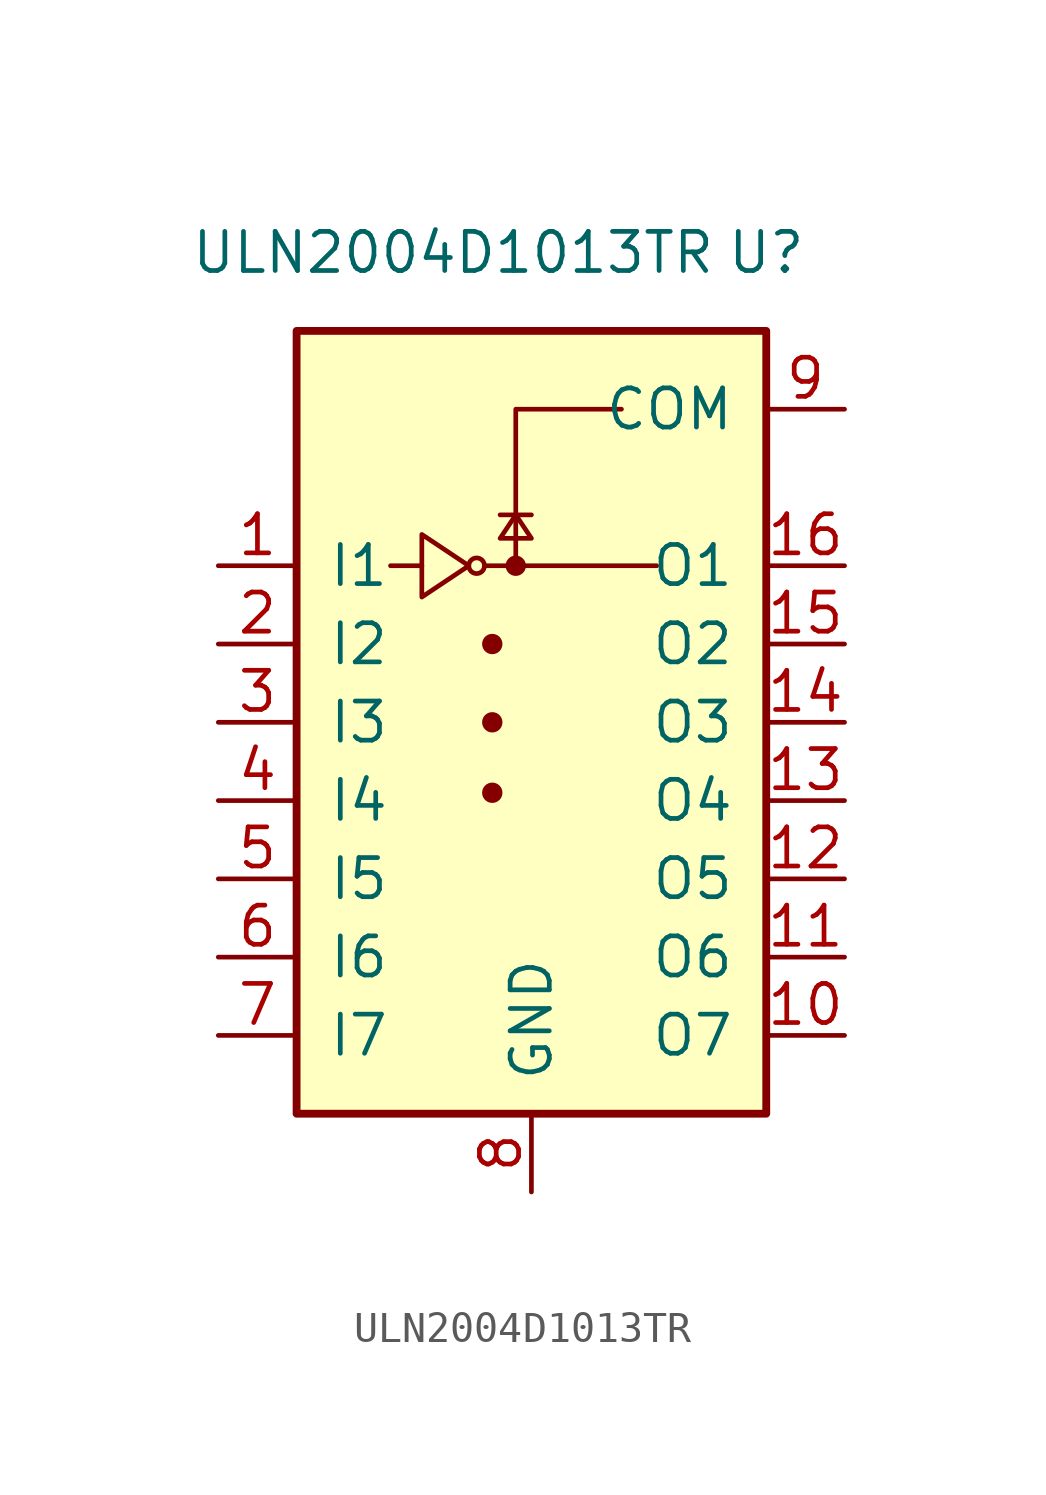
<source format=kicad_sym>
(kicad_symbol_lib
  (version 20220914)
  (generator kicad_symbol_editor)
  (symbol "ULN2004D1013TR"
    (pin_names
      (offset 1.016))
    (property "Reference" "U"
      (at 7.62 22.86 0)
      (effects (font (size 1.27 1.27))))
    (property "Value" "ULN2004D1013TR"
      (at -2.54 22.86 0)
      (effects (font (size 1.27 1.27))))
    (symbol "ULN2004D1013TR_1_1"
      (rectangle (start -7.62 -5.08) (end 7.62 20.32) (stroke (width 0.254) (type solid)) (fill (type background)))
      (circle (center -1.778 12.7) (radius 0.254) (stroke (width 0) (type solid)) (fill (type none)))
      (circle (center -1.27 5.334) (radius 0.254) (stroke (width 0) (type solid)) (fill (type outline)))
      (circle (center -1.27 7.62) (radius 0.254) (stroke (width 0) (type solid)) (fill (type outline)))
      (circle (center -1.27 10.16) (radius 0.254) (stroke (width 0) (type solid)) (fill (type outline)))
      (circle (center -0.508 12.7) (radius 0.254) (stroke (width 0) (type solid)) (fill (type outline)))
      (polyline (pts (xy -4.572 12.7) (xy -3.556 12.7)) (stroke (width 0) (type solid)) (fill (type none)))
      (polyline (pts (xy -1.524 12.7) (xy 4.064 12.7)) (stroke (width 0) (type solid)) (fill (type none)))
      (polyline (pts (xy 0 14.351) (xy -1.016 14.351)) (stroke (width 0) (type solid)) (fill (type none)))
      (polyline (pts (xy -0.508 12.7) (xy -0.508 17.78) (xy 2.921 17.78)) (stroke (width 0) (type solid)) (fill (type none)))
      (polyline (pts (xy -3.556 13.716) (xy -3.556 11.684) (xy -2.032 12.7) (xy -3.556 13.716)) (stroke (width 0) (type solid)) (fill (type none)))
      (polyline (pts (xy 0 13.589) (xy -1.016 13.589) (xy -0.508 14.351) (xy 0 13.589)) (stroke (width 0) (type solid)) (fill (type none)))
      (pin input line (at -10.16 12.7 0) (length 2.54) (name "I1" (effects (font (size 1.27 1.27)))) (number "1" (effects (font (size 1.27 1.27)))))
      (pin open_collector line (at 10.16 -2.54 180) (length 2.54) (name "O7" (effects (font (size 1.27 1.27)))) (number "10" (effects (font (size 1.27 1.27)))))
      (pin open_collector line (at 10.16 0 180) (length 2.54) (name "O6" (effects (font (size 1.27 1.27)))) (number "11" (effects (font (size 1.27 1.27)))))
      (pin open_collector line (at 10.16 2.54 180) (length 2.54) (name "O5" (effects (font (size 1.27 1.27)))) (number "12" (effects (font (size 1.27 1.27)))))
      (pin open_collector line (at 10.16 5.08 180) (length 2.54) (name "O4" (effects (font (size 1.27 1.27)))) (number "13" (effects (font (size 1.27 1.27)))))
      (pin open_collector line (at 10.16 7.62 180) (length 2.54) (name "O3" (effects (font (size 1.27 1.27)))) (number "14" (effects (font (size 1.27 1.27)))))
      (pin open_collector line (at 10.16 10.16 180) (length 2.54) (name "O2" (effects (font (size 1.27 1.27)))) (number "15" (effects (font (size 1.27 1.27)))))
      (pin open_collector line (at 10.16 12.7 180) (length 2.54) (name "O1" (effects (font (size 1.27 1.27)))) (number "16" (effects (font (size 1.27 1.27)))))
      (pin input line (at -10.16 10.16 0) (length 2.54) (name "I2" (effects (font (size 1.27 1.27)))) (number "2" (effects (font (size 1.27 1.27)))))
      (pin input line (at -10.16 7.62 0) (length 2.54) (name "I3" (effects (font (size 1.27 1.27)))) (number "3" (effects (font (size 1.27 1.27)))))
      (pin input line (at -10.16 5.08 0) (length 2.54) (name "I4" (effects (font (size 1.27 1.27)))) (number "4" (effects (font (size 1.27 1.27)))))
      (pin input line (at -10.16 2.54 0) (length 2.54) (name "I5" (effects (font (size 1.27 1.27)))) (number "5" (effects (font (size 1.27 1.27)))))
      (pin input line (at -10.16 0 0) (length 2.54) (name "I6" (effects (font (size 1.27 1.27)))) (number "6" (effects (font (size 1.27 1.27)))))
      (pin input line (at -10.16 -2.54 0) (length 2.54) (name "I7" (effects (font (size 1.27 1.27)))) (number "7" (effects (font (size 1.27 1.27)))))
      (pin power_in line (at 0 -7.62 90) (length 2.54) (name "GND" (effects (font (size 1.27 1.27)))) (number "8" (effects (font (size 1.27 1.27)))))
      (pin passive line (at 10.16 17.78 180) (length 2.54) (name "COM" (effects (font (size 1.27 1.27)))) (number "9" (effects (font (size 1.27 1.27))))))))
</source>
